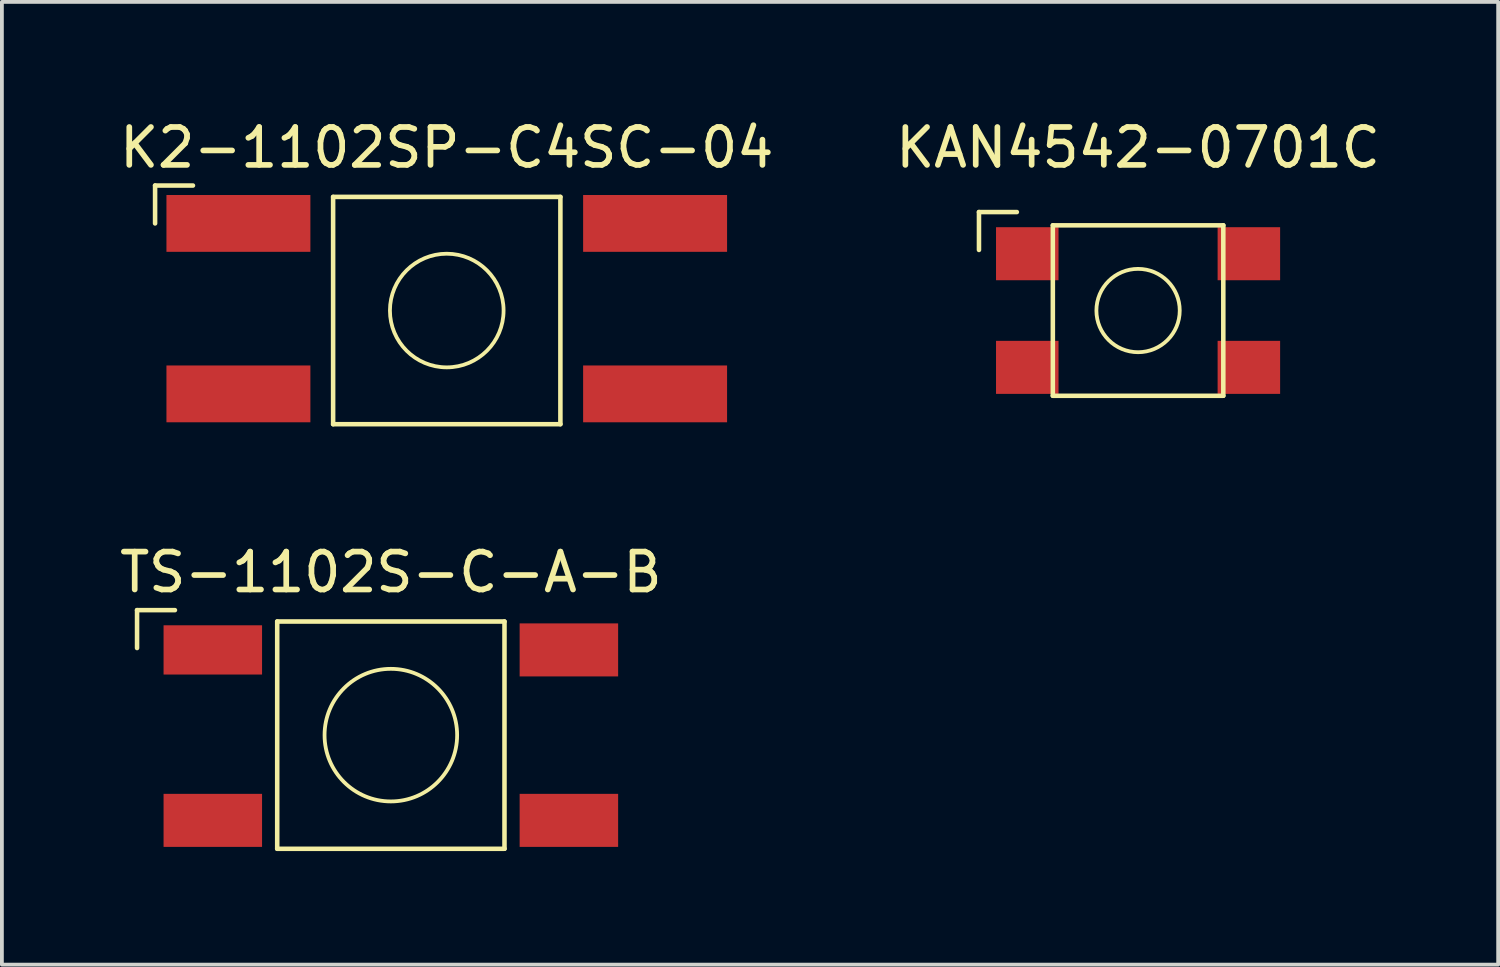
<source format=kicad_pcb>
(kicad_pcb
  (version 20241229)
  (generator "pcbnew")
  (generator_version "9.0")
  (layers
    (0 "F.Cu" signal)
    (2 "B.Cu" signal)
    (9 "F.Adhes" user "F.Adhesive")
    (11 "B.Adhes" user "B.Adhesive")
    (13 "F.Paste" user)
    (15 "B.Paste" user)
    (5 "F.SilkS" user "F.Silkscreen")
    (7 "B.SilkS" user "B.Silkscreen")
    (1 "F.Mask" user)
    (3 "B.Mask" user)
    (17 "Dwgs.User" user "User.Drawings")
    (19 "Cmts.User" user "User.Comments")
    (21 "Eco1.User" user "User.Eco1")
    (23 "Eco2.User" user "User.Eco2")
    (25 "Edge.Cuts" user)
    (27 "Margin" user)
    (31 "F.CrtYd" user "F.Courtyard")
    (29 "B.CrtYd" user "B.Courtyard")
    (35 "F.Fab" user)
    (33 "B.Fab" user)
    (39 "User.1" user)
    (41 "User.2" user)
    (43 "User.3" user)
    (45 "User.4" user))
  (footprint "TS-1102S-C-A-B"
    (layer "F.Cu")
    (at 7.268 16.357)
    (property "Reference" "TS-1102S-C-A-B" (at 0 -4.3 0) (layer "F.SilkS") (effects (font (size 1 1) (thickness 0.15))))
    (attr smd)
    (fp_line (start -6.7 -3.3) (end -5.7 -3.3) (stroke (width 0.12) (type solid)) (layer "F.SilkS"))
    (fp_line (start -6.7 -2.3) (end -6.7 -3.3) (stroke (width 0.12) (type solid)) (layer "F.SilkS"))
    (fp_line (start -3 -3) (end 3 -3) (stroke (width 0.12) (type solid)) (layer "F.SilkS"))
    (fp_line (start -3 3) (end -3 -3) (stroke (width 0.12) (type solid)) (layer "F.SilkS"))
    (fp_line (start 3 -3) (end 3 3) (stroke (width 0.12) (type solid)) (layer "F.SilkS"))
    (fp_line (start 3 3) (end -3 3) (stroke (width 0.12) (type solid)) (layer "F.SilkS"))
    (fp_circle (center 0 0) (end 1.75 0) (stroke (width 0.1) (type solid)) (fill no) (layer "F.SilkS"))
    (pad "1" smd rect (at -4.7 -2.25 180) (size 2.6 1.3) (layers "F.Cu" "F.Mask" "F.Paste"))
    (pad "2" smd rect (at -4.7 2.25 180) (size 2.6 1.4) (layers "F.Cu" "F.Mask" "F.Paste"))
    (pad "3" smd rect (at 4.7 -2.25 180) (size 2.6 1.4) (layers "F.Cu" "F.Mask" "F.Paste"))
    (pad "4" smd rect (at 4.7 2.25 180) (size 2.6 1.4) (layers "F.Cu" "F.Mask" "F.Paste")))
  (footprint "K2-1102SP-C4SC-04"
    (layer "F.Cu")
    (at 8.744 5.148)
    (property "Reference" "K2-1102SP-C4SC-04" (at 0 -4.3 0) (layer "F.SilkS") (effects (font (size 1 1) (thickness 0.15))))
    (attr smd)
    (fp_line (start -7.7 -3.3) (end -6.7 -3.3) (stroke (width 0.12) (type solid)) (layer "F.SilkS"))
    (fp_line (start -7.7 -2.3) (end -7.7 -3.3) (stroke (width 0.12) (type solid)) (layer "F.SilkS"))
    (fp_line (start -3 -3) (end 3 -3) (stroke (width 0.12) (type solid)) (layer "F.SilkS"))
    (fp_line (start -3 3) (end -3 -3) (stroke (width 0.12) (type solid)) (layer "F.SilkS"))
    (fp_line (start 3 -3) (end 3 3) (stroke (width 0.12) (type solid)) (layer "F.SilkS"))
    (fp_line (start 3 3) (end -3 3) (stroke (width 0.12) (type solid)) (layer "F.SilkS"))
    (fp_circle (center 0 0) (end 1.5 0) (stroke (width 0.1) (type solid)) (fill no) (layer "F.SilkS"))
    (pad "1" smd rect (at -5.5 -2.3 180) (size 3.8 1.5) (layers "F.Cu" "F.Mask" "F.Paste"))
    (pad "2" smd rect (at 5.5 -2.3 180) (size 3.8 1.5) (layers "F.Cu" "F.Mask" "F.Paste"))
    (pad "3" smd rect (at -5.5 2.2 180) (size 3.8 1.5) (layers "F.Cu" "F.Mask" "F.Paste"))
    (pad "4" smd rect (at 5.5 2.2 180) (size 3.8 1.5) (layers "F.Cu" "F.Mask" "F.Paste")))
  (footprint "KAN4542-0701C"
    (layer "F.Cu")
    (at 26.994 5.148)
    (property "Reference" "KAN4542-0701C" (at 0 -4.3 0) (layer "F.SilkS") (effects (font (size 1 1) (thickness 0.15))))
    (attr smd)
    (fp_line (start -4.2 -2.6) (end -3.2 -2.6) (stroke (width 0.12) (type solid)) (layer "F.SilkS"))
    (fp_line (start -4.2 -1.6) (end -4.2 -2.6) (stroke (width 0.12) (type solid)) (layer "F.SilkS"))
    (fp_line (start -2.25 -2.25) (end 2.25 -2.25) (stroke (width 0.12) (type solid)) (layer "F.SilkS"))
    (fp_line (start -2.25 2.25) (end -2.25 -2.25) (stroke (width 0.12) (type solid)) (layer "F.SilkS"))
    (fp_line (start 2.25 -2.25) (end 2.25 2.25) (stroke (width 0.12) (type solid)) (layer "F.SilkS"))
    (fp_line (start 2.25 2.25) (end -2.25 2.25) (stroke (width 0.12) (type solid)) (layer "F.SilkS"))
    (fp_circle (center 0 0) (end 1.1 0) (stroke (width 0.1) (type solid)) (fill no) (layer "F.SilkS"))
    (pad "1" smd rect (at -2.925 -1.5 180) (size 1.65 1.4) (layers "F.Cu" "F.Mask" "F.Paste"))
    (pad "2" smd rect (at 2.925 -1.5 180) (size 1.65 1.4) (layers "F.Cu" "F.Mask" "F.Paste"))
    (pad "3" smd rect (at -2.925 1.5 180) (size 1.65 1.4) (layers "F.Cu" "F.Mask" "F.Paste"))
    (pad "4" smd rect (at 2.925 1.5 180) (size 1.65 1.4) (layers "F.Cu" "F.Mask" "F.Paste")))
  (gr_rect
    (start -3 -3)
    (end 36.5 22.416)
    (stroke (width 0.1) (type default))
    (fill no)
    (layer "Edge.Cuts")))
</source>
